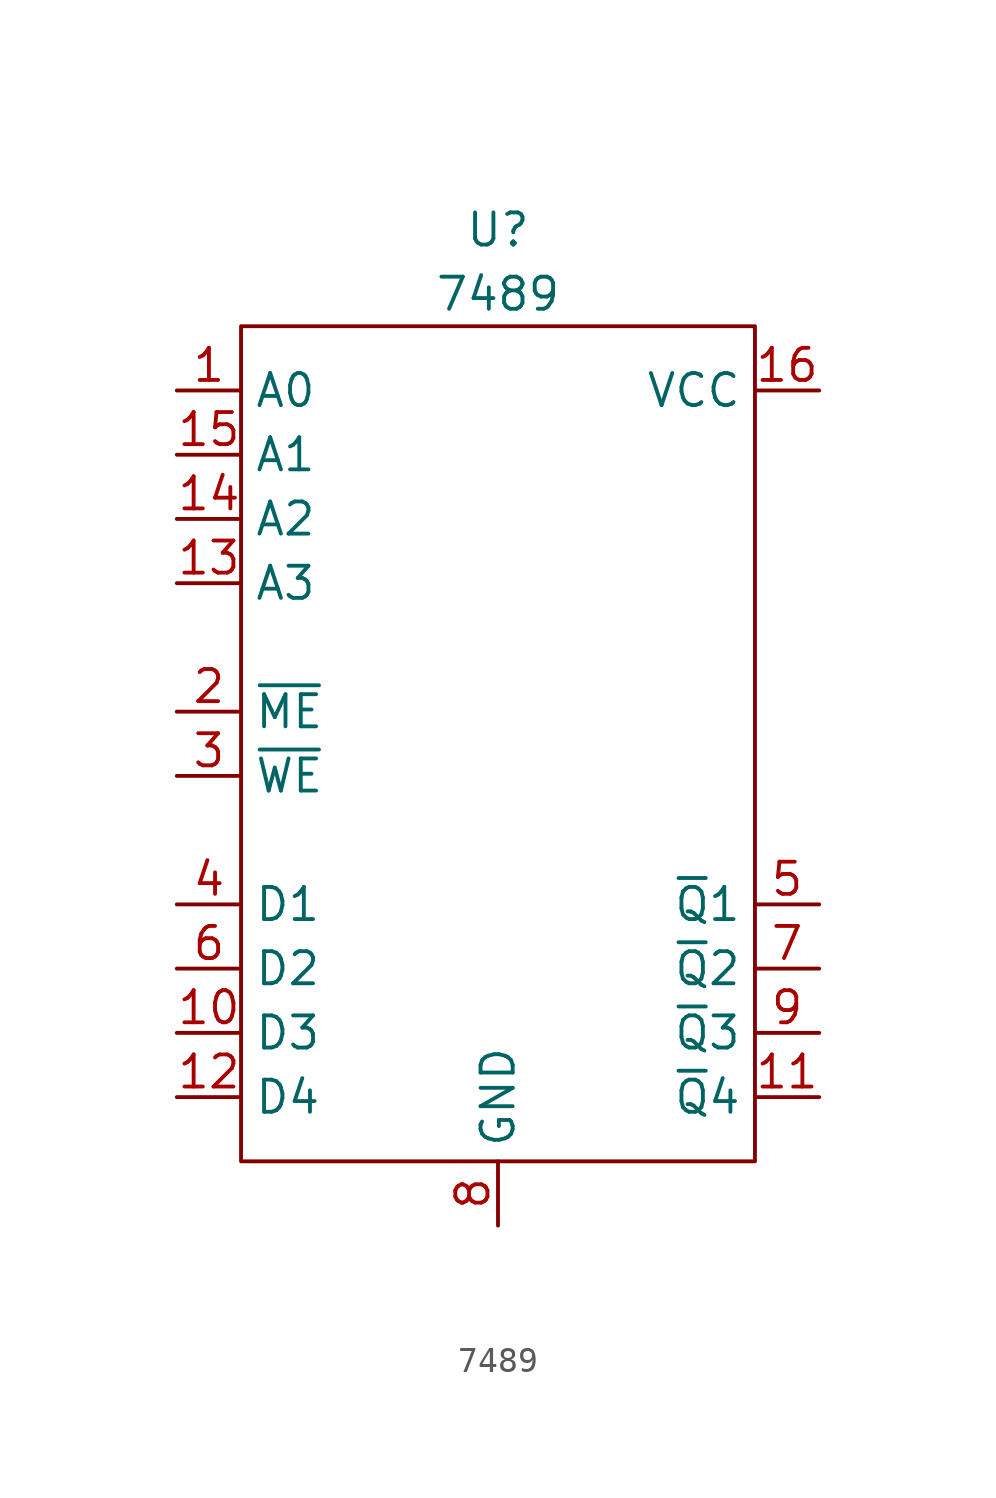
<source format=kicad_sym>
(kicad_symbol_lib
  (version 20211014)
  (generator kicad_symbol_editor)
  (symbol "7489"
    (property "Reference" "U"
      (at 0 2.54 0)
      (effects (font (size 1.27 1.27))))
    (property "Value" "7489"
      (at 0 0 0)
      (effects (font (size 1.27 1.27))))
    (symbol "7489_0_1"
      (rectangle (start -10.16 -1.27) (end 10.16 -34.29) (stroke (width 0) (type default) (color 0 0 0 0)) (fill (type none))))
    (symbol "7489_1_1"
      (pin bidirectional line (at -12.7 -3.81 0) (length 2.54) (name "A0" (effects (font (size 1.27 1.27)))) (number "1" (effects (font (size 1.27 1.27)))))
      (pin bidirectional line (at -12.7 -29.21 0) (length 2.54) (name "D3" (effects (font (size 1.27 1.27)))) (number "10" (effects (font (size 1.27 1.27)))))
      (pin bidirectional line (at 12.7 -31.75 180) (length 2.54) (name "~{Q}4" (effects (font (size 1.27 1.27)))) (number "11" (effects (font (size 1.27 1.27)))))
      (pin bidirectional line (at -12.7 -31.75 0) (length 2.54) (name "D4" (effects (font (size 1.27 1.27)))) (number "12" (effects (font (size 1.27 1.27)))))
      (pin bidirectional line (at -12.7 -11.43 0) (length 2.54) (name "A3" (effects (font (size 1.27 1.27)))) (number "13" (effects (font (size 1.27 1.27)))))
      (pin bidirectional line (at -12.7 -8.89 0) (length 2.54) (name "A2" (effects (font (size 1.27 1.27)))) (number "14" (effects (font (size 1.27 1.27)))))
      (pin bidirectional line (at -12.7 -6.35 0) (length 2.54) (name "A1" (effects (font (size 1.27 1.27)))) (number "15" (effects (font (size 1.27 1.27)))))
      (pin bidirectional line (at 12.7 -3.81 180) (length 2.54) (name "VCC" (effects (font (size 1.27 1.27)))) (number "16" (effects (font (size 1.27 1.27)))))
      (pin bidirectional line (at -12.7 -16.51 0) (length 2.54) (name "~{ME}" (effects (font (size 1.27 1.27)))) (number "2" (effects (font (size 1.27 1.27)))))
      (pin bidirectional line (at -12.7 -19.05 0) (length 2.54) (name "~{WE}" (effects (font (size 1.27 1.27)))) (number "3" (effects (font (size 1.27 1.27)))))
      (pin bidirectional line (at -12.7 -24.13 0) (length 2.54) (name "D1" (effects (font (size 1.27 1.27)))) (number "4" (effects (font (size 1.27 1.27)))))
      (pin bidirectional line (at 12.7 -24.13 180) (length 2.54) (name "~{Q}1" (effects (font (size 1.27 1.27)))) (number "5" (effects (font (size 1.27 1.27)))))
      (pin bidirectional line (at -12.7 -26.67 0) (length 2.54) (name "D2" (effects (font (size 1.27 1.27)))) (number "6" (effects (font (size 1.27 1.27)))))
      (pin bidirectional line (at 12.7 -26.67 180) (length 2.54) (name "~{Q}2" (effects (font (size 1.27 1.27)))) (number "7" (effects (font (size 1.27 1.27)))))
      (pin bidirectional line (at 0 -36.83 90) (length 2.54) (name "GND" (effects (font (size 1.27 1.27)))) (number "8" (effects (font (size 1.27 1.27)))))
      (pin bidirectional line (at 12.7 -29.21 180) (length 2.54) (name "~{Q}3" (effects (font (size 1.27 1.27)))) (number "9" (effects (font (size 1.27 1.27))))))))
</source>
